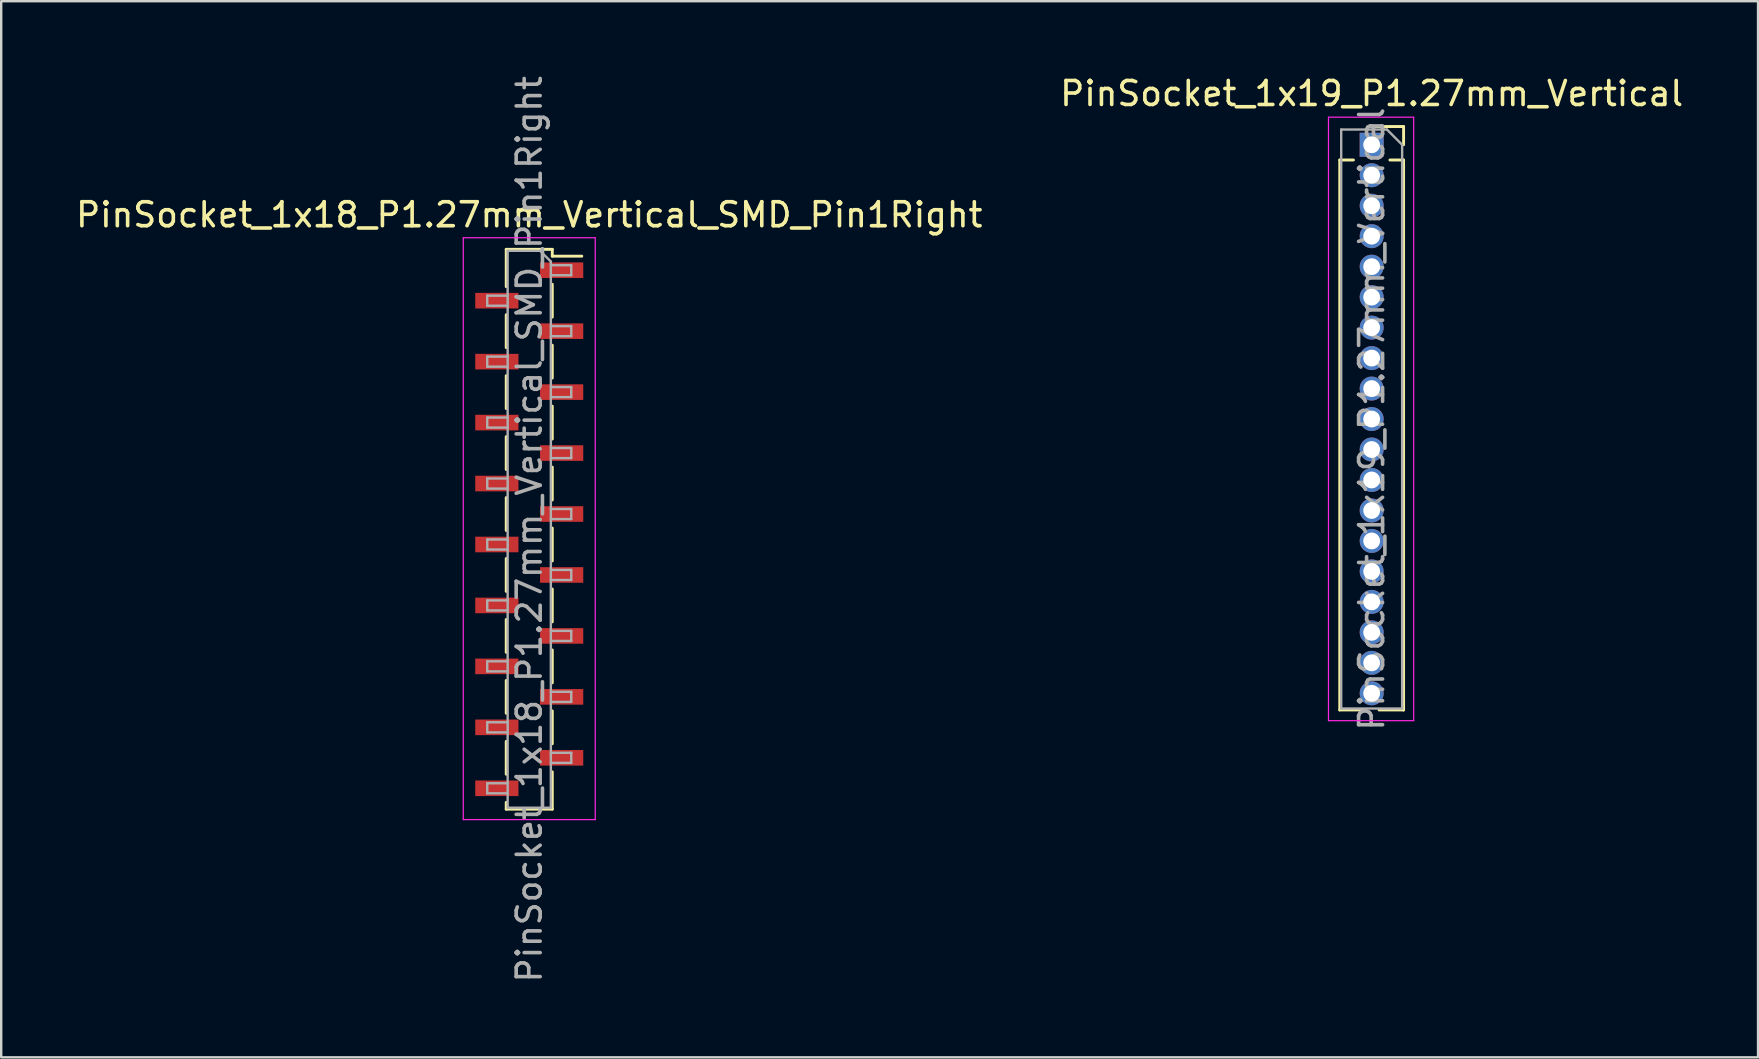
<source format=kicad_pcb>
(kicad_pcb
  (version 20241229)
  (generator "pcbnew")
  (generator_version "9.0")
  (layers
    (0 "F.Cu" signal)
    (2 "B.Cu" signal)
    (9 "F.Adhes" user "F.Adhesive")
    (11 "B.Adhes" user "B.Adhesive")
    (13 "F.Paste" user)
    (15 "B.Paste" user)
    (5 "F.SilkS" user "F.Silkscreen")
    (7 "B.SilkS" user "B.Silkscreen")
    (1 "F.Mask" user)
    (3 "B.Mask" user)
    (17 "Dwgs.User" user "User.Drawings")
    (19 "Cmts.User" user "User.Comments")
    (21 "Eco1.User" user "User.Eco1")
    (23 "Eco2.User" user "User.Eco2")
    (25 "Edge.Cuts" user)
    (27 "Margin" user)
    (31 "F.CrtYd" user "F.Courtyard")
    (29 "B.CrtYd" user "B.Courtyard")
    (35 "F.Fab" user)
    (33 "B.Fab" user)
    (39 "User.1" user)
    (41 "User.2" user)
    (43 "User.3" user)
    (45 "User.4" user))
  (footprint "PinSocket_1x19_P1.27mm_Vertical"
    (layer "F.Cu")
    (at 54.113 2.983)
    (property "Reference" "PinSocket_1x19_P1.27mm_Vertical" (at 0 -2.135 0) (layer "F.SilkS") (effects (font (size 1 1) (thickness 0.15))))
    (attr through_hole)
    (fp_line (start -1.33 0.635) (end -1.33 23.555) (stroke (width 0.12) (type solid)) (layer "F.SilkS"))
    (fp_line (start -1.33 0.635) (end -0.76 0.635) (stroke (width 0.12) (type solid)) (layer "F.SilkS"))
    (fp_line (start -1.33 23.555) (end -0.308 23.555) (stroke (width 0.12) (type solid)) (layer "F.SilkS"))
    (fp_line (start 0 -0.76) (end 1.33 -0.76) (stroke (width 0.12) (type solid)) (layer "F.SilkS"))
    (fp_line (start 0.308 23.555) (end 1.33 23.555) (stroke (width 0.12) (type solid)) (layer "F.SilkS"))
    (fp_line (start 0.76 0.635) (end 1.33 0.635) (stroke (width 0.12) (type solid)) (layer "F.SilkS"))
    (fp_line (start 1.33 -0.76) (end 1.33 0) (stroke (width 0.12) (type solid)) (layer "F.SilkS"))
    (fp_line (start 1.33 0.635) (end 1.33 23.555) (stroke (width 0.12) (type solid)) (layer "F.SilkS"))
    (fp_line (start -1.8 -1.15) (end 1.75 -1.15) (stroke (width 0.05) (type solid)) (layer "F.CrtYd"))
    (fp_line (start -1.8 24) (end -1.8 -1.15) (stroke (width 0.05) (type solid)) (layer "F.CrtYd"))
    (fp_line (start 1.75 -1.15) (end 1.75 24) (stroke (width 0.05) (type solid)) (layer "F.CrtYd"))
    (fp_line (start 1.75 24) (end -1.8 24) (stroke (width 0.05) (type solid)) (layer "F.CrtYd"))
    (fp_line (start -1.27 -0.635) (end 0.635 -0.635) (stroke (width 0.1) (type solid)) (layer "F.Fab"))
    (fp_line (start -1.27 23.495) (end -1.27 -0.635) (stroke (width 0.1) (type solid)) (layer "F.Fab"))
    (fp_line (start 0.635 -0.635) (end 1.27 0) (stroke (width 0.1) (type solid)) (layer "F.Fab"))
    (fp_line (start 1.27 0) (end 1.27 23.495) (stroke (width 0.1) (type solid)) (layer "F.Fab"))
    (fp_line (start 1.27 23.495) (end -1.27 23.495) (stroke (width 0.1) (type solid)) (layer "F.Fab"))
    (fp_text user "${REFERENCE}" (at 0 11.43 90) (layer "F.Fab") (effects (font (size 1 1) (thickness 0.15))))
    (pad "1" thru_hole rect (at 0 0) (size 1 1) (drill 0.7) (layers "*.Cu" "*.Mask"))
    (pad "2" thru_hole oval (at 0 1.27) (size 1 1) (drill 0.7) (layers "*.Cu" "*.Mask"))
    (pad "3" thru_hole oval (at 0 2.54) (size 1 1) (drill 0.7) (layers "*.Cu" "*.Mask"))
    (pad "4" thru_hole oval (at 0 3.81) (size 1 1) (drill 0.7) (layers "*.Cu" "*.Mask"))
    (pad "5" thru_hole oval (at 0 5.08) (size 1 1) (drill 0.7) (layers "*.Cu" "*.Mask"))
    (pad "6" thru_hole oval (at 0 6.35) (size 1 1) (drill 0.7) (layers "*.Cu" "*.Mask"))
    (pad "7" thru_hole oval (at 0 7.62) (size 1 1) (drill 0.7) (layers "*.Cu" "*.Mask"))
    (pad "8" thru_hole oval (at 0 8.89) (size 1 1) (drill 0.7) (layers "*.Cu" "*.Mask"))
    (pad "9" thru_hole oval (at 0 10.16) (size 1 1) (drill 0.7) (layers "*.Cu" "*.Mask"))
    (pad "10" thru_hole oval (at 0 11.43) (size 1 1) (drill 0.7) (layers "*.Cu" "*.Mask"))
    (pad "11" thru_hole oval (at 0 12.7) (size 1 1) (drill 0.7) (layers "*.Cu" "*.Mask"))
    (pad "12" thru_hole oval (at 0 13.97) (size 1 1) (drill 0.7) (layers "*.Cu" "*.Mask"))
    (pad "13" thru_hole oval (at 0 15.24) (size 1 1) (drill 0.7) (layers "*.Cu" "*.Mask"))
    (pad "14" thru_hole oval (at 0 16.51) (size 1 1) (drill 0.7) (layers "*.Cu" "*.Mask"))
    (pad "15" thru_hole oval (at 0 17.78) (size 1 1) (drill 0.7) (layers "*.Cu" "*.Mask"))
    (pad "16" thru_hole oval (at 0 19.05) (size 1 1) (drill 0.7) (layers "*.Cu" "*.Mask"))
    (pad "17" thru_hole oval (at 0 20.32) (size 1 1) (drill 0.7) (layers "*.Cu" "*.Mask"))
    (pad "18" thru_hole oval (at 0 21.59) (size 1 1) (drill 0.7) (layers "*.Cu" "*.Mask"))
    (pad "19" thru_hole oval (at 0 22.86) (size 1 1) (drill 0.7) (layers "*.Cu" "*.Mask")))
  (footprint "PinSocket_1x18_P1.27mm_Vertical_SMD_Pin1Right"
    (layer "F.Cu")
    (at 19.006 19.006)
    (property "Reference" "PinSocket_1x18_P1.27mm_Vertical_SMD_Pin1Right" (at 0 -13.105 0) (layer "F.SilkS") (effects (font (size 1 1) (thickness 0.15))))
    (attr smd)
    (fp_line (start -0.96 -11.665) (end -0.96 -10.11) (stroke (width 0.12) (type solid)) (layer "F.SilkS"))
    (fp_line (start -0.96 -11.665) (end 0.96 -11.665) (stroke (width 0.12) (type solid)) (layer "F.SilkS"))
    (fp_line (start -0.96 -8.94) (end -0.96 -7.57) (stroke (width 0.12) (type solid)) (layer "F.SilkS"))
    (fp_line (start -0.96 -6.4) (end -0.96 -5.03) (stroke (width 0.12) (type solid)) (layer "F.SilkS"))
    (fp_line (start -0.96 -3.86) (end -0.96 -2.49) (stroke (width 0.12) (type solid)) (layer "F.SilkS"))
    (fp_line (start -0.96 -1.32) (end -0.96 0.05) (stroke (width 0.12) (type solid)) (layer "F.SilkS"))
    (fp_line (start -0.96 1.22) (end -0.96 2.59) (stroke (width 0.12) (type solid)) (layer "F.SilkS"))
    (fp_line (start -0.96 3.76) (end -0.96 5.13) (stroke (width 0.12) (type solid)) (layer "F.SilkS"))
    (fp_line (start -0.96 6.3) (end -0.96 7.67) (stroke (width 0.12) (type solid)) (layer "F.SilkS"))
    (fp_line (start -0.96 8.84) (end -0.96 10.21) (stroke (width 0.12) (type solid)) (layer "F.SilkS"))
    (fp_line (start -0.96 11.38) (end -0.96 11.665) (stroke (width 0.12) (type solid)) (layer "F.SilkS"))
    (fp_line (start -0.96 11.665) (end 0.96 11.665) (stroke (width 0.12) (type solid)) (layer "F.SilkS"))
    (fp_line (start 0.96 -11.665) (end 0.96 -11.38) (stroke (width 0.12) (type solid)) (layer "F.SilkS"))
    (fp_line (start 0.96 -11.38) (end 2.19 -11.38) (stroke (width 0.12) (type solid)) (layer "F.SilkS"))
    (fp_line (start 0.96 -10.21) (end 0.96 -8.84) (stroke (width 0.12) (type solid)) (layer "F.SilkS"))
    (fp_line (start 0.96 -7.67) (end 0.96 -6.3) (stroke (width 0.12) (type solid)) (layer "F.SilkS"))
    (fp_line (start 0.96 -5.13) (end 0.96 -3.76) (stroke (width 0.12) (type solid)) (layer "F.SilkS"))
    (fp_line (start 0.96 -2.59) (end 0.96 -1.22) (stroke (width 0.12) (type solid)) (layer "F.SilkS"))
    (fp_line (start 0.96 -0.05) (end 0.96 1.32) (stroke (width 0.12) (type solid)) (layer "F.SilkS"))
    (fp_line (start 0.96 2.49) (end 0.96 3.86) (stroke (width 0.12) (type solid)) (layer "F.SilkS"))
    (fp_line (start 0.96 5.03) (end 0.96 6.4) (stroke (width 0.12) (type solid)) (layer "F.SilkS"))
    (fp_line (start 0.96 7.57) (end 0.96 8.94) (stroke (width 0.12) (type solid)) (layer "F.SilkS"))
    (fp_line (start 0.96 10.11) (end 0.96 11.665) (stroke (width 0.12) (type solid)) (layer "F.SilkS"))
    (fp_line (start -2.75 -12.15) (end 2.75 -12.15) (stroke (width 0.05) (type solid)) (layer "F.CrtYd"))
    (fp_line (start -2.75 12.1) (end -2.75 -12.15) (stroke (width 0.05) (type solid)) (layer "F.CrtYd"))
    (fp_line (start 2.75 -12.15) (end 2.75 12.1) (stroke (width 0.05) (type solid)) (layer "F.CrtYd"))
    (fp_line (start 2.75 12.1) (end -2.75 12.1) (stroke (width 0.05) (type solid)) (layer "F.CrtYd"))
    (fp_line (start -1.75 -9.735) (end -0.9 -9.735) (stroke (width 0.1) (type solid)) (layer "F.Fab"))
    (fp_line (start -1.75 -9.315) (end -1.75 -9.735) (stroke (width 0.1) (type solid)) (layer "F.Fab"))
    (fp_line (start -1.75 -7.195) (end -0.9 -7.195) (stroke (width 0.1) (type solid)) (layer "F.Fab"))
    (fp_line (start -1.75 -6.775) (end -1.75 -7.195) (stroke (width 0.1) (type solid)) (layer "F.Fab"))
    (fp_line (start -1.75 -4.655) (end -0.9 -4.655) (stroke (width 0.1) (type solid)) (layer "F.Fab"))
    (fp_line (start -1.75 -4.235) (end -1.75 -4.655) (stroke (width 0.1) (type solid)) (layer "F.Fab"))
    (fp_line (start -1.75 -2.115) (end -0.9 -2.115) (stroke (width 0.1) (type solid)) (layer "F.Fab"))
    (fp_line (start -1.75 -1.695) (end -1.75 -2.115) (stroke (width 0.1) (type solid)) (layer "F.Fab"))
    (fp_line (start -1.75 0.425) (end -0.9 0.425) (stroke (width 0.1) (type solid)) (layer "F.Fab"))
    (fp_line (start -1.75 0.845) (end -1.75 0.425) (stroke (width 0.1) (type solid)) (layer "F.Fab"))
    (fp_line (start -1.75 2.965) (end -0.9 2.965) (stroke (width 0.1) (type solid)) (layer "F.Fab"))
    (fp_line (start -1.75 3.385) (end -1.75 2.965) (stroke (width 0.1) (type solid)) (layer "F.Fab"))
    (fp_line (start -1.75 5.505) (end -0.9 5.505) (stroke (width 0.1) (type solid)) (layer "F.Fab"))
    (fp_line (start -1.75 5.925) (end -1.75 5.505) (stroke (width 0.1) (type solid)) (layer "F.Fab"))
    (fp_line (start -1.75 8.045) (end -0.9 8.045) (stroke (width 0.1) (type solid)) (layer "F.Fab"))
    (fp_line (start -1.75 8.465) (end -1.75 8.045) (stroke (width 0.1) (type solid)) (layer "F.Fab"))
    (fp_line (start -1.75 10.585) (end -0.9 10.585) (stroke (width 0.1) (type solid)) (layer "F.Fab"))
    (fp_line (start -1.75 11.005) (end -1.75 10.585) (stroke (width 0.1) (type solid)) (layer "F.Fab"))
    (fp_line (start -0.9 -11.605) (end 0.45 -11.605) (stroke (width 0.1) (type solid)) (layer "F.Fab"))
    (fp_line (start -0.9 -9.315) (end -1.75 -9.315) (stroke (width 0.1) (type solid)) (layer "F.Fab"))
    (fp_line (start -0.9 -6.775) (end -1.75 -6.775) (stroke (width 0.1) (type solid)) (layer "F.Fab"))
    (fp_line (start -0.9 -4.235) (end -1.75 -4.235) (stroke (width 0.1) (type solid)) (layer "F.Fab"))
    (fp_line (start -0.9 -1.695) (end -1.75 -1.695) (stroke (width 0.1) (type solid)) (layer "F.Fab"))
    (fp_line (start -0.9 0.845) (end -1.75 0.845) (stroke (width 0.1) (type solid)) (layer "F.Fab"))
    (fp_line (start -0.9 3.385) (end -1.75 3.385) (stroke (width 0.1) (type solid)) (layer "F.Fab"))
    (fp_line (start -0.9 5.925) (end -1.75 5.925) (stroke (width 0.1) (type solid)) (layer "F.Fab"))
    (fp_line (start -0.9 8.465) (end -1.75 8.465) (stroke (width 0.1) (type solid)) (layer "F.Fab"))
    (fp_line (start -0.9 11.005) (end -1.75 11.005) (stroke (width 0.1) (type solid)) (layer "F.Fab"))
    (fp_line (start -0.9 11.605) (end -0.9 -11.605) (stroke (width 0.1) (type solid)) (layer "F.Fab"))
    (fp_line (start 0.45 -11.605) (end 0.9 -11.155) (stroke (width 0.1) (type solid)) (layer "F.Fab"))
    (fp_line (start 0.9 -11.155) (end 0.9 11.605) (stroke (width 0.1) (type solid)) (layer "F.Fab"))
    (fp_line (start 0.9 -11.005) (end 1.75 -11.005) (stroke (width 0.1) (type solid)) (layer "F.Fab"))
    (fp_line (start 0.9 -8.465) (end 1.75 -8.465) (stroke (width 0.1) (type solid)) (layer "F.Fab"))
    (fp_line (start 0.9 -5.925) (end 1.75 -5.925) (stroke (width 0.1) (type solid)) (layer "F.Fab"))
    (fp_line (start 0.9 -3.385) (end 1.75 -3.385) (stroke (width 0.1) (type solid)) (layer "F.Fab"))
    (fp_line (start 0.9 -0.845) (end 1.75 -0.845) (stroke (width 0.1) (type solid)) (layer "F.Fab"))
    (fp_line (start 0.9 1.695) (end 1.75 1.695) (stroke (width 0.1) (type solid)) (layer "F.Fab"))
    (fp_line (start 0.9 4.235) (end 1.75 4.235) (stroke (width 0.1) (type solid)) (layer "F.Fab"))
    (fp_line (start 0.9 6.775) (end 1.75 6.775) (stroke (width 0.1) (type solid)) (layer "F.Fab"))
    (fp_line (start 0.9 9.315) (end 1.75 9.315) (stroke (width 0.1) (type solid)) (layer "F.Fab"))
    (fp_line (start 0.9 11.605) (end -0.9 11.605) (stroke (width 0.1) (type solid)) (layer "F.Fab"))
    (fp_line (start 1.75 -11.005) (end 1.75 -10.585) (stroke (width 0.1) (type solid)) (layer "F.Fab"))
    (fp_line (start 1.75 -10.585) (end 0.9 -10.585) (stroke (width 0.1) (type solid)) (layer "F.Fab"))
    (fp_line (start 1.75 -8.465) (end 1.75 -8.045) (stroke (width 0.1) (type solid)) (layer "F.Fab"))
    (fp_line (start 1.75 -8.045) (end 0.9 -8.045) (stroke (width 0.1) (type solid)) (layer "F.Fab"))
    (fp_line (start 1.75 -5.925) (end 1.75 -5.505) (stroke (width 0.1) (type solid)) (layer "F.Fab"))
    (fp_line (start 1.75 -5.505) (end 0.9 -5.505) (stroke (width 0.1) (type solid)) (layer "F.Fab"))
    (fp_line (start 1.75 -3.385) (end 1.75 -2.965) (stroke (width 0.1) (type solid)) (layer "F.Fab"))
    (fp_line (start 1.75 -2.965) (end 0.9 -2.965) (stroke (width 0.1) (type solid)) (layer "F.Fab"))
    (fp_line (start 1.75 -0.845) (end 1.75 -0.425) (stroke (width 0.1) (type solid)) (layer "F.Fab"))
    (fp_line (start 1.75 -0.425) (end 0.9 -0.425) (stroke (width 0.1) (type solid)) (layer "F.Fab"))
    (fp_line (start 1.75 1.695) (end 1.75 2.115) (stroke (width 0.1) (type solid)) (layer "F.Fab"))
    (fp_line (start 1.75 2.115) (end 0.9 2.115) (stroke (width 0.1) (type solid)) (layer "F.Fab"))
    (fp_line (start 1.75 4.235) (end 1.75 4.655) (stroke (width 0.1) (type solid)) (layer "F.Fab"))
    (fp_line (start 1.75 4.655) (end 0.9 4.655) (stroke (width 0.1) (type solid)) (layer "F.Fab"))
    (fp_line (start 1.75 6.775) (end 1.75 7.195) (stroke (width 0.1) (type solid)) (layer "F.Fab"))
    (fp_line (start 1.75 7.195) (end 0.9 7.195) (stroke (width 0.1) (type solid)) (layer "F.Fab"))
    (fp_line (start 1.75 9.315) (end 1.75 9.735) (stroke (width 0.1) (type solid)) (layer "F.Fab"))
    (fp_line (start 1.75 9.735) (end 0.9 9.735) (stroke (width 0.1) (type solid)) (layer "F.Fab"))
    (fp_text user "${REFERENCE}" (at 0 0 90) (layer "F.Fab") (effects (font (size 1 1) (thickness 0.15))))
    (pad "1" smd rect (at 1.35 -10.795) (size 1.8 0.65) (layers "F.Cu" "F.Mask" "F.Paste"))
    (pad "2" smd rect (at -1.35 -9.525) (size 1.8 0.65) (layers "F.Cu" "F.Mask" "F.Paste"))
    (pad "3" smd rect (at 1.35 -8.255) (size 1.8 0.65) (layers "F.Cu" "F.Mask" "F.Paste"))
    (pad "4" smd rect (at -1.35 -6.985) (size 1.8 0.65) (layers "F.Cu" "F.Mask" "F.Paste"))
    (pad "5" smd rect (at 1.35 -5.715) (size 1.8 0.65) (layers "F.Cu" "F.Mask" "F.Paste"))
    (pad "6" smd rect (at -1.35 -4.445) (size 1.8 0.65) (layers "F.Cu" "F.Mask" "F.Paste"))
    (pad "7" smd rect (at 1.35 -3.175) (size 1.8 0.65) (layers "F.Cu" "F.Mask" "F.Paste"))
    (pad "8" smd rect (at -1.35 -1.905) (size 1.8 0.65) (layers "F.Cu" "F.Mask" "F.Paste"))
    (pad "9" smd rect (at 1.35 -0.635) (size 1.8 0.65) (layers "F.Cu" "F.Mask" "F.Paste"))
    (pad "10" smd rect (at -1.35 0.635) (size 1.8 0.65) (layers "F.Cu" "F.Mask" "F.Paste"))
    (pad "11" smd rect (at 1.35 1.905) (size 1.8 0.65) (layers "F.Cu" "F.Mask" "F.Paste"))
    (pad "12" smd rect (at -1.35 3.175) (size 1.8 0.65) (layers "F.Cu" "F.Mask" "F.Paste"))
    (pad "13" smd rect (at 1.35 4.445) (size 1.8 0.65) (layers "F.Cu" "F.Mask" "F.Paste"))
    (pad "14" smd rect (at -1.35 5.715) (size 1.8 0.65) (layers "F.Cu" "F.Mask" "F.Paste"))
    (pad "15" smd rect (at 1.35 6.985) (size 1.8 0.65) (layers "F.Cu" "F.Mask" "F.Paste"))
    (pad "16" smd rect (at -1.35 8.255) (size 1.8 0.65) (layers "F.Cu" "F.Mask" "F.Paste"))
    (pad "17" smd rect (at 1.35 9.525) (size 1.8 0.65) (layers "F.Cu" "F.Mask" "F.Paste"))
    (pad "18" smd rect (at -1.35 10.795) (size 1.8 0.65) (layers "F.Cu" "F.Mask" "F.Paste")))
  (gr_rect
    (start -3 -3)
    (end 70.214 41.012)
    (stroke (width 0.1) (type default))
    (fill no)
    (layer "Edge.Cuts")))
</source>
